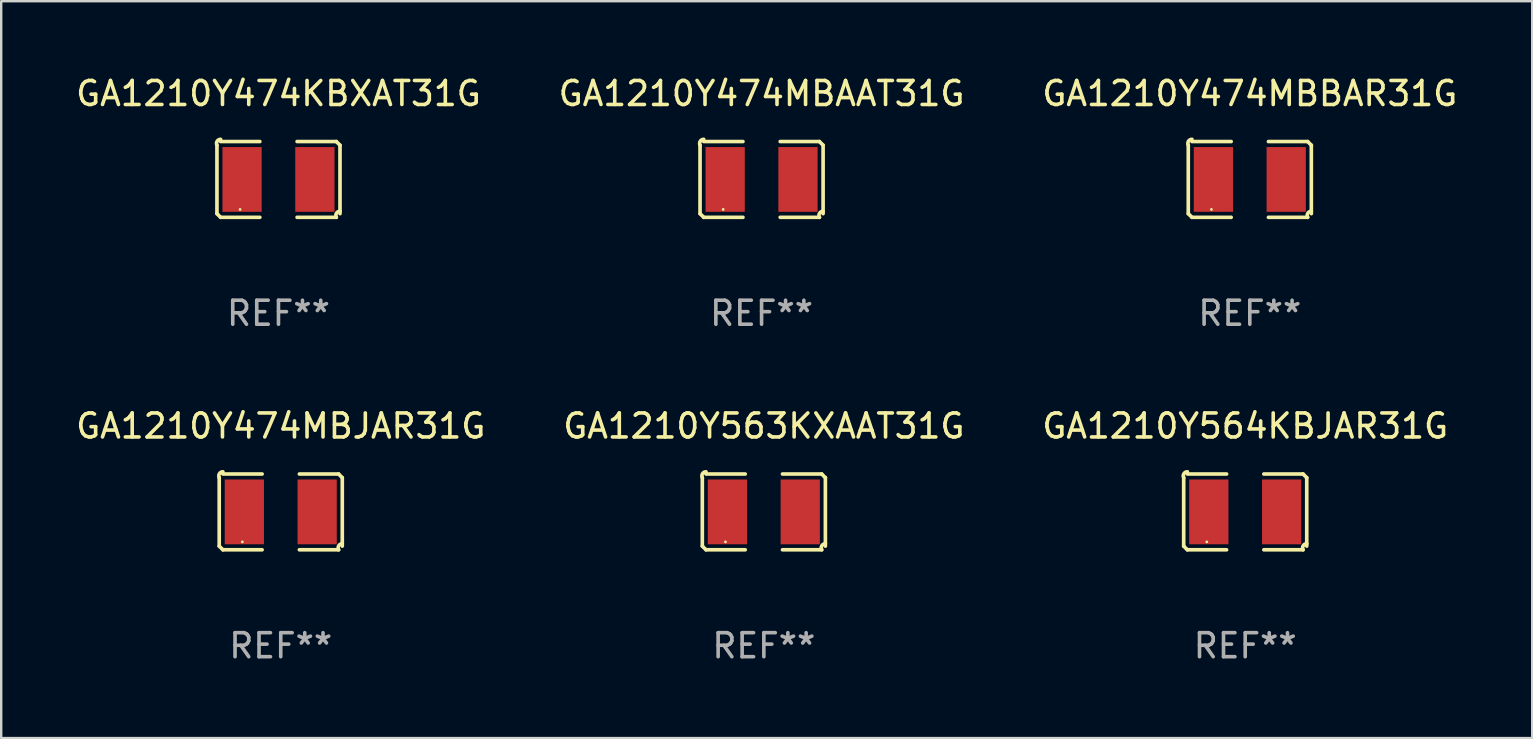
<source format=kicad_pcb>
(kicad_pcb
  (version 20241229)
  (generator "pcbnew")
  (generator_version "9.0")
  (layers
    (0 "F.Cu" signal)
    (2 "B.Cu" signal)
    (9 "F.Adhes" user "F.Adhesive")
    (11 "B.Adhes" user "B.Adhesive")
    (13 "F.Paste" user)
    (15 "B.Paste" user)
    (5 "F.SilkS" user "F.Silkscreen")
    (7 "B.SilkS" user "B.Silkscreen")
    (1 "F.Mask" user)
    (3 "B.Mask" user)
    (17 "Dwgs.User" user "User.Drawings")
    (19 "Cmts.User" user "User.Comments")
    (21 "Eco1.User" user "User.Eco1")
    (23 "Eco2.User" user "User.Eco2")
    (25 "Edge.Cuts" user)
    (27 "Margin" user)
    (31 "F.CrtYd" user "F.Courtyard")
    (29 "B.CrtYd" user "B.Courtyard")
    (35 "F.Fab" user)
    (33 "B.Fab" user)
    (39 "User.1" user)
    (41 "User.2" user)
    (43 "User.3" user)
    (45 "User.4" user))
  (footprint "GA1210Y474MBAAT31G"
    (layer "F.Cu")
    (at 28.685 4.427)
    (property "Reference" "GA1210Y474MBAAT31G" (at 0 -3.579 0) (layer "F.SilkS") (effects (font (size 1 1) (thickness 0.15))))
    (attr through_hole)
    (fp_line (start -2.564 1.426) (end -2.564 -1.426) (stroke (width 0.152) (type solid)) (layer "F.SilkS"))
    (fp_line (start -2.411 -1.579) (end -0.776 -1.579) (stroke (width 0.152) (type solid)) (layer "F.SilkS"))
    (fp_line (start -0.776 1.579) (end -2.411 1.579) (stroke (width 0.152) (type solid)) (layer "F.SilkS"))
    (fp_line (start 0.776 1.579) (end 2.411 1.579) (stroke (width 0.152) (type solid)) (layer "F.SilkS"))
    (fp_line (start 2.411 -1.579) (end 0.776 -1.579) (stroke (width 0.152) (type solid)) (layer "F.SilkS"))
    (fp_line (start 2.564 1.426) (end 2.564 -1.426) (stroke (width 0.152) (type solid)) (layer "F.SilkS"))
    (fp_arc (start -2.563602 -1.426213) (mid -2.555597 -1.591233) (end -2.411201 -1.671518) (stroke (width 0.1524) (type solid)) (layer "F.SilkS"))
    (fp_arc (start -2.5636 1.426214) (mid -2.487389 1.502402) (end -2.411201 1.578613) (stroke (width 0.1524) (type solid)) (layer "F.SilkS"))
    (fp_arc (start 2.411197 -1.578618) (mid 2.487403 -1.502419) (end 2.563602 -1.426213) (stroke (width 0.1524) (type solid)) (layer "F.SilkS"))
    (fp_arc (start 2.411201 1.578613) (mid 2.416214 1.409455) (end 2.563602 1.32629) (stroke (width 0.1524) (type solid)) (layer "F.SilkS"))
    (fp_circle (center -1.6 1.25) (end -1.57 1.25) (stroke (width 0.06) (type solid)) (fill no) (layer "F.SilkS"))
    (fp_text user "REF**" (at 0 5.579 0) (layer "F.Fab") (effects (font (size 1 1) (thickness 0.15))))
    (pad "1" smd rect (at -1.517 0) (size 1.635 2.7) (layers "F.Cu" "F.Mask" "F.Paste"))
    (pad "2" smd rect (at 1.517 0) (size 1.635 2.7) (layers "F.Cu" "F.Mask" "F.Paste")))
  (footprint "GA1210Y474MBBAR31G"
    (layer "F.Cu")
    (at 49.03 4.427)
    (property "Reference" "GA1210Y474MBBAR31G" (at 0 -3.579 0) (layer "F.SilkS") (effects (font (size 1 1) (thickness 0.15))))
    (attr through_hole)
    (fp_line (start -2.564 1.426) (end -2.564 -1.426) (stroke (width 0.152) (type solid)) (layer "F.SilkS"))
    (fp_line (start -2.411 -1.579) (end -0.776 -1.579) (stroke (width 0.152) (type solid)) (layer "F.SilkS"))
    (fp_line (start -0.776 1.579) (end -2.411 1.579) (stroke (width 0.152) (type solid)) (layer "F.SilkS"))
    (fp_line (start 0.776 1.579) (end 2.411 1.579) (stroke (width 0.152) (type solid)) (layer "F.SilkS"))
    (fp_line (start 2.411 -1.579) (end 0.776 -1.579) (stroke (width 0.152) (type solid)) (layer "F.SilkS"))
    (fp_line (start 2.564 1.426) (end 2.564 -1.426) (stroke (width 0.152) (type solid)) (layer "F.SilkS"))
    (fp_arc (start -2.563602 -1.426213) (mid -2.555597 -1.591233) (end -2.411201 -1.671518) (stroke (width 0.1524) (type solid)) (layer "F.SilkS"))
    (fp_arc (start -2.5636 1.426214) (mid -2.487389 1.502402) (end -2.411201 1.578613) (stroke (width 0.1524) (type solid)) (layer "F.SilkS"))
    (fp_arc (start 2.411197 -1.578618) (mid 2.487403 -1.502419) (end 2.563602 -1.426213) (stroke (width 0.1524) (type solid)) (layer "F.SilkS"))
    (fp_arc (start 2.411201 1.578613) (mid 2.416214 1.409455) (end 2.563602 1.32629) (stroke (width 0.1524) (type solid)) (layer "F.SilkS"))
    (fp_circle (center -1.6 1.25) (end -1.57 1.25) (stroke (width 0.06) (type solid)) (fill no) (layer "F.SilkS"))
    (fp_text user "REF**" (at 0 5.579 0) (layer "F.Fab") (effects (font (size 1 1) (thickness 0.15))))
    (pad "1" smd rect (at -1.517 0) (size 1.635 2.7) (layers "F.Cu" "F.Mask" "F.Paste"))
    (pad "2" smd rect (at 1.517 0) (size 1.635 2.7) (layers "F.Cu" "F.Mask" "F.Paste")))
  (footprint "GA1210Y474MBJAR31G"
    (layer "F.Cu")
    (at 8.649 18.281)
    (property "Reference" "GA1210Y474MBJAR31G" (at 0 -3.579 0) (layer "F.SilkS") (effects (font (size 1 1) (thickness 0.15))))
    (attr through_hole)
    (fp_line (start -2.564 1.426) (end -2.564 -1.426) (stroke (width 0.152) (type solid)) (layer "F.SilkS"))
    (fp_line (start -2.411 -1.579) (end -0.776 -1.579) (stroke (width 0.152) (type solid)) (layer "F.SilkS"))
    (fp_line (start -0.776 1.579) (end -2.411 1.579) (stroke (width 0.152) (type solid)) (layer "F.SilkS"))
    (fp_line (start 0.776 1.579) (end 2.411 1.579) (stroke (width 0.152) (type solid)) (layer "F.SilkS"))
    (fp_line (start 2.411 -1.579) (end 0.776 -1.579) (stroke (width 0.152) (type solid)) (layer "F.SilkS"))
    (fp_line (start 2.564 1.426) (end 2.564 -1.426) (stroke (width 0.152) (type solid)) (layer "F.SilkS"))
    (fp_arc (start -2.563602 -1.426213) (mid -2.555597 -1.591233) (end -2.411201 -1.671518) (stroke (width 0.1524) (type solid)) (layer "F.SilkS"))
    (fp_arc (start -2.5636 1.426214) (mid -2.487389 1.502402) (end -2.411201 1.578613) (stroke (width 0.1524) (type solid)) (layer "F.SilkS"))
    (fp_arc (start 2.411197 -1.578618) (mid 2.487403 -1.502419) (end 2.563602 -1.426213) (stroke (width 0.1524) (type solid)) (layer "F.SilkS"))
    (fp_arc (start 2.411201 1.578613) (mid 2.416214 1.409455) (end 2.563602 1.32629) (stroke (width 0.1524) (type solid)) (layer "F.SilkS"))
    (fp_circle (center -1.6 1.25) (end -1.57 1.25) (stroke (width 0.06) (type solid)) (fill no) (layer "F.SilkS"))
    (fp_text user "REF**" (at 0 5.579 0) (layer "F.Fab") (effects (font (size 1 1) (thickness 0.15))))
    (pad "1" smd rect (at -1.517 0) (size 1.635 2.7) (layers "F.Cu" "F.Mask" "F.Paste"))
    (pad "2" smd rect (at 1.517 0) (size 1.635 2.7) (layers "F.Cu" "F.Mask" "F.Paste")))
  (footprint "GA1210Y564KBJAR31G"
    (layer "F.Cu")
    (at 48.839 18.281)
    (property "Reference" "GA1210Y564KBJAR31G" (at 0 -3.579 0) (layer "F.SilkS") (effects (font (size 1 1) (thickness 0.15))))
    (attr through_hole)
    (fp_line (start -2.564 1.426) (end -2.564 -1.426) (stroke (width 0.152) (type solid)) (layer "F.SilkS"))
    (fp_line (start -2.411 -1.579) (end -0.776 -1.579) (stroke (width 0.152) (type solid)) (layer "F.SilkS"))
    (fp_line (start -0.776 1.579) (end -2.411 1.579) (stroke (width 0.152) (type solid)) (layer "F.SilkS"))
    (fp_line (start 0.776 1.579) (end 2.411 1.579) (stroke (width 0.152) (type solid)) (layer "F.SilkS"))
    (fp_line (start 2.411 -1.579) (end 0.776 -1.579) (stroke (width 0.152) (type solid)) (layer "F.SilkS"))
    (fp_line (start 2.564 1.426) (end 2.564 -1.426) (stroke (width 0.152) (type solid)) (layer "F.SilkS"))
    (fp_arc (start -2.563602 -1.426213) (mid -2.555597 -1.591233) (end -2.411201 -1.671518) (stroke (width 0.1524) (type solid)) (layer "F.SilkS"))
    (fp_arc (start -2.5636 1.426214) (mid -2.487389 1.502402) (end -2.411201 1.578613) (stroke (width 0.1524) (type solid)) (layer "F.SilkS"))
    (fp_arc (start 2.411197 -1.578618) (mid 2.487403 -1.502419) (end 2.563602 -1.426213) (stroke (width 0.1524) (type solid)) (layer "F.SilkS"))
    (fp_arc (start 2.411201 1.578613) (mid 2.416214 1.409455) (end 2.563602 1.32629) (stroke (width 0.1524) (type solid)) (layer "F.SilkS"))
    (fp_circle (center -1.6 1.25) (end -1.57 1.25) (stroke (width 0.06) (type solid)) (fill no) (layer "F.SilkS"))
    (fp_text user "REF**" (at 0 5.579 0) (layer "F.Fab") (effects (font (size 1 1) (thickness 0.15))))
    (pad "1" smd rect (at -1.517 0) (size 1.635 2.7) (layers "F.Cu" "F.Mask" "F.Paste"))
    (pad "2" smd rect (at 1.517 0) (size 1.635 2.7) (layers "F.Cu" "F.Mask" "F.Paste")))
  (footprint "GA1210Y563KXAAT31G"
    (layer "F.Cu")
    (at 28.78 18.281)
    (property "Reference" "GA1210Y563KXAAT31G" (at 0 -3.579 0) (layer "F.SilkS") (effects (font (size 1 1) (thickness 0.15))))
    (attr through_hole)
    (fp_line (start -2.564 1.426) (end -2.564 -1.426) (stroke (width 0.152) (type solid)) (layer "F.SilkS"))
    (fp_line (start -2.411 -1.579) (end -0.776 -1.579) (stroke (width 0.152) (type solid)) (layer "F.SilkS"))
    (fp_line (start -0.776 1.579) (end -2.411 1.579) (stroke (width 0.152) (type solid)) (layer "F.SilkS"))
    (fp_line (start 0.776 1.579) (end 2.411 1.579) (stroke (width 0.152) (type solid)) (layer "F.SilkS"))
    (fp_line (start 2.411 -1.579) (end 0.776 -1.579) (stroke (width 0.152) (type solid)) (layer "F.SilkS"))
    (fp_line (start 2.564 1.426) (end 2.564 -1.426) (stroke (width 0.152) (type solid)) (layer "F.SilkS"))
    (fp_arc (start -2.563602 -1.426213) (mid -2.555597 -1.591233) (end -2.411201 -1.671518) (stroke (width 0.1524) (type solid)) (layer "F.SilkS"))
    (fp_arc (start -2.5636 1.426214) (mid -2.487389 1.502402) (end -2.411201 1.578613) (stroke (width 0.1524) (type solid)) (layer "F.SilkS"))
    (fp_arc (start 2.411197 -1.578618) (mid 2.487403 -1.502419) (end 2.563602 -1.426213) (stroke (width 0.1524) (type solid)) (layer "F.SilkS"))
    (fp_arc (start 2.411201 1.578613) (mid 2.416214 1.409455) (end 2.563602 1.32629) (stroke (width 0.1524) (type solid)) (layer "F.SilkS"))
    (fp_circle (center -1.6 1.25) (end -1.57 1.25) (stroke (width 0.06) (type solid)) (fill no) (layer "F.SilkS"))
    (fp_text user "REF**" (at 0 5.579 0) (layer "F.Fab") (effects (font (size 1 1) (thickness 0.15))))
    (pad "1" smd rect (at -1.517 0) (size 1.635 2.7) (layers "F.Cu" "F.Mask" "F.Paste"))
    (pad "2" smd rect (at 1.517 0) (size 1.635 2.7) (layers "F.Cu" "F.Mask" "F.Paste")))
  (footprint "GA1210Y474KBXAT31G"
    (layer "F.Cu")
    (at 8.554 4.427)
    (property "Reference" "GA1210Y474KBXAT31G" (at 0 -3.579 0) (layer "F.SilkS") (effects (font (size 1 1) (thickness 0.15))))
    (attr through_hole)
    (fp_line (start -2.564 1.426) (end -2.564 -1.426) (stroke (width 0.152) (type solid)) (layer "F.SilkS"))
    (fp_line (start -2.411 -1.579) (end -0.776 -1.579) (stroke (width 0.152) (type solid)) (layer "F.SilkS"))
    (fp_line (start -0.776 1.579) (end -2.411 1.579) (stroke (width 0.152) (type solid)) (layer "F.SilkS"))
    (fp_line (start 0.776 1.579) (end 2.411 1.579) (stroke (width 0.152) (type solid)) (layer "F.SilkS"))
    (fp_line (start 2.411 -1.579) (end 0.776 -1.579) (stroke (width 0.152) (type solid)) (layer "F.SilkS"))
    (fp_line (start 2.564 1.426) (end 2.564 -1.426) (stroke (width 0.152) (type solid)) (layer "F.SilkS"))
    (fp_arc (start -2.563602 -1.426213) (mid -2.555597 -1.591233) (end -2.411201 -1.671518) (stroke (width 0.1524) (type solid)) (layer "F.SilkS"))
    (fp_arc (start -2.5636 1.426214) (mid -2.487389 1.502402) (end -2.411201 1.578613) (stroke (width 0.1524) (type solid)) (layer "F.SilkS"))
    (fp_arc (start 2.411197 -1.578618) (mid 2.487403 -1.502419) (end 2.563602 -1.426213) (stroke (width 0.1524) (type solid)) (layer "F.SilkS"))
    (fp_arc (start 2.411201 1.578613) (mid 2.416214 1.409455) (end 2.563602 1.32629) (stroke (width 0.1524) (type solid)) (layer "F.SilkS"))
    (fp_circle (center -1.6 1.25) (end -1.57 1.25) (stroke (width 0.06) (type solid)) (fill no) (layer "F.SilkS"))
    (fp_text user "REF**" (at 0 5.579 0) (layer "F.Fab") (effects (font (size 1 1) (thickness 0.15))))
    (pad "1" smd rect (at -1.517 0) (size 1.635 2.7) (layers "F.Cu" "F.Mask" "F.Paste"))
    (pad "2" smd rect (at 1.517 0) (size 1.635 2.7) (layers "F.Cu" "F.Mask" "F.Paste")))
  (gr_rect
    (start -3 -3)
    (end 60.798 27.707)
    (stroke (width 0.1) (type default))
    (fill no)
    (layer "Edge.Cuts")))
</source>
